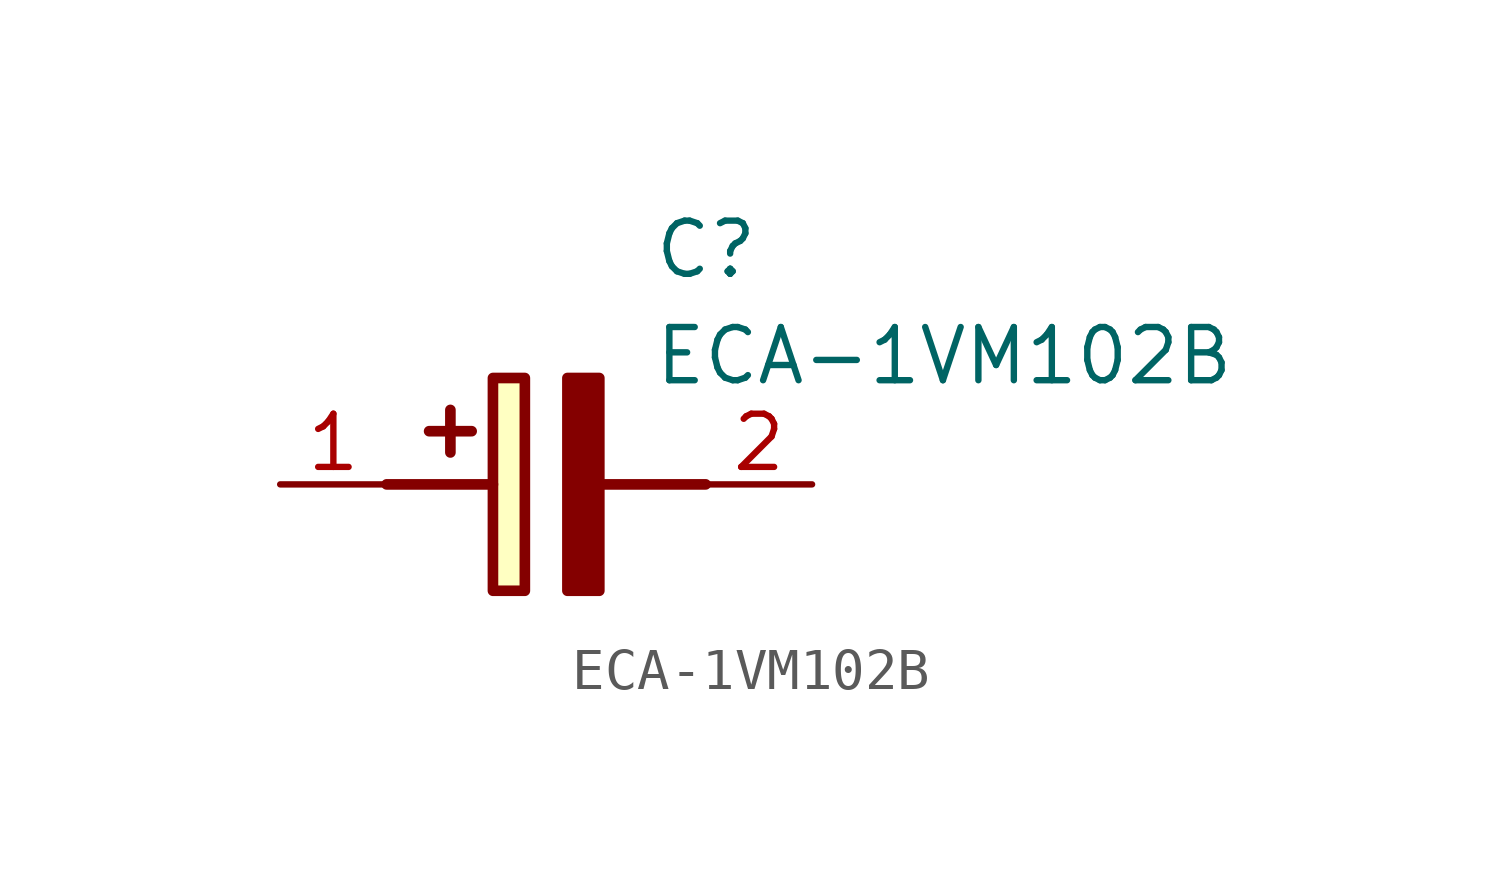
<source format=kicad_sym>
(kicad_symbol_lib
  (version 20211014)
  (generator SamacSys_ECAD_Model)
  (symbol "ECA-1VM102B"
    (pin_names hide)
    (property "Reference" "C"
      (at 8.89 6.35 0)
      (effects (font (size 1.27 1.27)) (justify left top)))
    (property "Value" "ECA-1VM102B"
      (at 8.89 3.81 0)
      (effects (font (size 1.27 1.27)) (justify left top)))
    (rectangle
      (start 5.08 2.54)
      (end 5.842 -2.54)
      (stroke (width 0.254) (type default))
      (fill (type background)))
    (polyline
      (pts (xy 4.572 1.27) (xy 3.556 1.27))
      (stroke (width 0.254) (type default))
      (fill (type none)))
    (polyline
      (pts (xy 4.064 1.778) (xy 4.064 0.762))
      (stroke (width 0.254) (type default))
      (fill (type none)))
    (polyline
      (pts (xy 2.54 0) (xy 5.08 0))
      (stroke (width 0.254) (type default))
      (fill (type none)))
    (polyline
      (pts (xy 7.62 0) (xy 10.16 0))
      (stroke (width 0.254) (type default))
      (fill (type none)))
    (polyline
      (pts (xy 7.62 2.54) (xy 7.62 -2.54) (xy 6.858 -2.54) (xy 6.858 2.54) (xy 7.62 2.54))
      (stroke (width 0.254) (type default))
      (fill (type outline)))
    (pin passive line
      (at 0 0 0)
      (length 2.54)
      (name "+" (effects (font (size 1.27 1.27))))
      (number "1" (effects (font (size 1.27 1.27)))))
    (pin passive line
      (at 12.7 0 180)
      (length 2.54)
      (name "-" (effects (font (size 1.27 1.27))))
      (number "2" (effects (font (size 1.27 1.27)))))))
</source>
